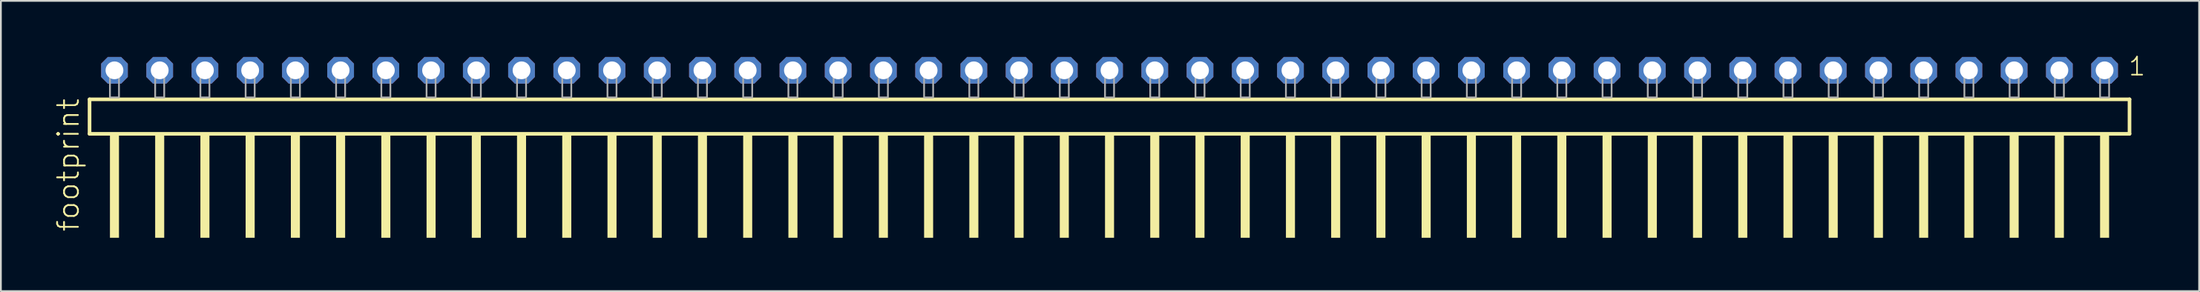
<source format=kicad_pcb>
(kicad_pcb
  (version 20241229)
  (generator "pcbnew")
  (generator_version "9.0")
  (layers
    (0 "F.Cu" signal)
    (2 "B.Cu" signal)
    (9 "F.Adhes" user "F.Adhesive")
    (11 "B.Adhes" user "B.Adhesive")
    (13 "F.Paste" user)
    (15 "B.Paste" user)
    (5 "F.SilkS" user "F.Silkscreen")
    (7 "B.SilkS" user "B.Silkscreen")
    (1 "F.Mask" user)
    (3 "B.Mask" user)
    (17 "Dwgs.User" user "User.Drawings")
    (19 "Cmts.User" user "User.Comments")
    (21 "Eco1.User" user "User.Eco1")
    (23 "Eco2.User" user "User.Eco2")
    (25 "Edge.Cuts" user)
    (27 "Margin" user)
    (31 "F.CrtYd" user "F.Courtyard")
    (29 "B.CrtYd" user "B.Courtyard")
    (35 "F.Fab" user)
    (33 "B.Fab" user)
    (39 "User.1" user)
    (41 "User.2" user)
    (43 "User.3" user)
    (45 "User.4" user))
  (footprint "footprint"
    (layer "F.Cu")
    (at 59.258 2.428)
    (property "Reference" "footprint" (at -57.785 7.62 90) (layer "F.SilkS") (effects (font (size 1.168 1.168) (thickness 0.102)) (justify left bottom)))
    (fp_line (start -57.279 0.106) (end -57.279 2.046) (stroke (width 0.203) (type solid)) (layer "F.SilkS"))
    (fp_line (start -57.279 2.046) (end 57.279 2.046) (stroke (width 0.203) (type solid)) (layer "F.SilkS"))
    (fp_line (start 57.279 0.106) (end -57.279 0.106) (stroke (width 0.203) (type solid)) (layer "F.SilkS"))
    (fp_line (start 57.279 2.046) (end 57.279 0.106) (stroke (width 0.203) (type solid)) (layer "F.SilkS"))
    (fp_poly (pts (xy -56.134 7.89) (xy -55.626 7.89) (xy -55.626 2.04) (xy -56.134 2.04)) (stroke (width 0) (type solid)) (fill yes) (layer "F.SilkS"))
    (fp_poly (pts (xy -53.594 7.89) (xy -53.086 7.89) (xy -53.086 2.04) (xy -53.594 2.04)) (stroke (width 0) (type solid)) (fill yes) (layer "F.SilkS"))
    (fp_poly (pts (xy -51.054 7.89) (xy -50.546 7.89) (xy -50.546 2.04) (xy -51.054 2.04)) (stroke (width 0) (type solid)) (fill yes) (layer "F.SilkS"))
    (fp_poly (pts (xy -48.514 7.89) (xy -48.006 7.89) (xy -48.006 2.04) (xy -48.514 2.04)) (stroke (width 0) (type solid)) (fill yes) (layer "F.SilkS"))
    (fp_poly (pts (xy -45.974 7.89) (xy -45.466 7.89) (xy -45.466 2.04) (xy -45.974 2.04)) (stroke (width 0) (type solid)) (fill yes) (layer "F.SilkS"))
    (fp_poly (pts (xy -43.434 7.89) (xy -42.926 7.89) (xy -42.926 2.04) (xy -43.434 2.04)) (stroke (width 0) (type solid)) (fill yes) (layer "F.SilkS"))
    (fp_poly (pts (xy -40.894 7.89) (xy -40.386 7.89) (xy -40.386 2.04) (xy -40.894 2.04)) (stroke (width 0) (type solid)) (fill yes) (layer "F.SilkS"))
    (fp_poly (pts (xy -38.354 7.89) (xy -37.846 7.89) (xy -37.846 2.04) (xy -38.354 2.04)) (stroke (width 0) (type solid)) (fill yes) (layer "F.SilkS"))
    (fp_poly (pts (xy -35.814 7.89) (xy -35.306 7.89) (xy -35.306 2.04) (xy -35.814 2.04)) (stroke (width 0) (type solid)) (fill yes) (layer "F.SilkS"))
    (fp_poly (pts (xy -33.274 7.89) (xy -32.766 7.89) (xy -32.766 2.04) (xy -33.274 2.04)) (stroke (width 0) (type solid)) (fill yes) (layer "F.SilkS"))
    (fp_poly (pts (xy -30.734 7.89) (xy -30.226 7.89) (xy -30.226 2.04) (xy -30.734 2.04)) (stroke (width 0) (type solid)) (fill yes) (layer "F.SilkS"))
    (fp_poly (pts (xy -28.194 7.89) (xy -27.686 7.89) (xy -27.686 2.04) (xy -28.194 2.04)) (stroke (width 0) (type solid)) (fill yes) (layer "F.SilkS"))
    (fp_poly (pts (xy -25.654 7.89) (xy -25.146 7.89) (xy -25.146 2.04) (xy -25.654 2.04)) (stroke (width 0) (type solid)) (fill yes) (layer "F.SilkS"))
    (fp_poly (pts (xy -23.114 7.89) (xy -22.606 7.89) (xy -22.606 2.04) (xy -23.114 2.04)) (stroke (width 0) (type solid)) (fill yes) (layer "F.SilkS"))
    (fp_poly (pts (xy -20.574 7.89) (xy -20.066 7.89) (xy -20.066 2.04) (xy -20.574 2.04)) (stroke (width 0) (type solid)) (fill yes) (layer "F.SilkS"))
    (fp_poly (pts (xy -18.034 7.89) (xy -17.526 7.89) (xy -17.526 2.04) (xy -18.034 2.04)) (stroke (width 0) (type solid)) (fill yes) (layer "F.SilkS"))
    (fp_poly (pts (xy -15.494 7.89) (xy -14.986 7.89) (xy -14.986 2.04) (xy -15.494 2.04)) (stroke (width 0) (type solid)) (fill yes) (layer "F.SilkS"))
    (fp_poly (pts (xy -12.954 7.89) (xy -12.446 7.89) (xy -12.446 2.04) (xy -12.954 2.04)) (stroke (width 0) (type solid)) (fill yes) (layer "F.SilkS"))
    (fp_poly (pts (xy -10.414 7.89) (xy -9.906 7.89) (xy -9.906 2.04) (xy -10.414 2.04)) (stroke (width 0) (type solid)) (fill yes) (layer "F.SilkS"))
    (fp_poly (pts (xy -7.874 7.89) (xy -7.366 7.89) (xy -7.366 2.04) (xy -7.874 2.04)) (stroke (width 0) (type solid)) (fill yes) (layer "F.SilkS"))
    (fp_poly (pts (xy -5.334 7.89) (xy -4.826 7.89) (xy -4.826 2.04) (xy -5.334 2.04)) (stroke (width 0) (type solid)) (fill yes) (layer "F.SilkS"))
    (fp_poly (pts (xy -2.794 7.89) (xy -2.286 7.89) (xy -2.286 2.04) (xy -2.794 2.04)) (stroke (width 0) (type solid)) (fill yes) (layer "F.SilkS"))
    (fp_poly (pts (xy -0.254 7.89) (xy 0.254 7.89) (xy 0.254 2.04) (xy -0.254 2.04)) (stroke (width 0) (type solid)) (fill yes) (layer "F.SilkS"))
    (fp_poly (pts (xy 2.286 7.89) (xy 2.794 7.89) (xy 2.794 2.04) (xy 2.286 2.04)) (stroke (width 0) (type solid)) (fill yes) (layer "F.SilkS"))
    (fp_poly (pts (xy 4.826 7.89) (xy 5.334 7.89) (xy 5.334 2.04) (xy 4.826 2.04)) (stroke (width 0) (type solid)) (fill yes) (layer "F.SilkS"))
    (fp_poly (pts (xy 7.366 7.89) (xy 7.874 7.89) (xy 7.874 2.04) (xy 7.366 2.04)) (stroke (width 0) (type solid)) (fill yes) (layer "F.SilkS"))
    (fp_poly (pts (xy 9.906 7.89) (xy 10.414 7.89) (xy 10.414 2.04) (xy 9.906 2.04)) (stroke (width 0) (type solid)) (fill yes) (layer "F.SilkS"))
    (fp_poly (pts (xy 12.446 7.89) (xy 12.954 7.89) (xy 12.954 2.04) (xy 12.446 2.04)) (stroke (width 0) (type solid)) (fill yes) (layer "F.SilkS"))
    (fp_poly (pts (xy 14.986 7.89) (xy 15.494 7.89) (xy 15.494 2.04) (xy 14.986 2.04)) (stroke (width 0) (type solid)) (fill yes) (layer "F.SilkS"))
    (fp_poly (pts (xy 17.526 7.89) (xy 18.034 7.89) (xy 18.034 2.04) (xy 17.526 2.04)) (stroke (width 0) (type solid)) (fill yes) (layer "F.SilkS"))
    (fp_poly (pts (xy 20.066 7.89) (xy 20.574 7.89) (xy 20.574 2.04) (xy 20.066 2.04)) (stroke (width 0) (type solid)) (fill yes) (layer "F.SilkS"))
    (fp_poly (pts (xy 22.606 7.89) (xy 23.114 7.89) (xy 23.114 2.04) (xy 22.606 2.04)) (stroke (width 0) (type solid)) (fill yes) (layer "F.SilkS"))
    (fp_poly (pts (xy 25.146 7.89) (xy 25.654 7.89) (xy 25.654 2.04) (xy 25.146 2.04)) (stroke (width 0) (type solid)) (fill yes) (layer "F.SilkS"))
    (fp_poly (pts (xy 27.686 7.89) (xy 28.194 7.89) (xy 28.194 2.04) (xy 27.686 2.04)) (stroke (width 0) (type solid)) (fill yes) (layer "F.SilkS"))
    (fp_poly (pts (xy 30.226 7.89) (xy 30.734 7.89) (xy 30.734 2.04) (xy 30.226 2.04)) (stroke (width 0) (type solid)) (fill yes) (layer "F.SilkS"))
    (fp_poly (pts (xy 32.766 7.89) (xy 33.274 7.89) (xy 33.274 2.04) (xy 32.766 2.04)) (stroke (width 0) (type solid)) (fill yes) (layer "F.SilkS"))
    (fp_poly (pts (xy 35.306 7.89) (xy 35.814 7.89) (xy 35.814 2.04) (xy 35.306 2.04)) (stroke (width 0) (type solid)) (fill yes) (layer "F.SilkS"))
    (fp_poly (pts (xy 37.846 7.89) (xy 38.354 7.89) (xy 38.354 2.04) (xy 37.846 2.04)) (stroke (width 0) (type solid)) (fill yes) (layer "F.SilkS"))
    (fp_poly (pts (xy 40.386 7.89) (xy 40.894 7.89) (xy 40.894 2.04) (xy 40.386 2.04)) (stroke (width 0) (type solid)) (fill yes) (layer "F.SilkS"))
    (fp_poly (pts (xy 42.926 7.89) (xy 43.434 7.89) (xy 43.434 2.04) (xy 42.926 2.04)) (stroke (width 0) (type solid)) (fill yes) (layer "F.SilkS"))
    (fp_poly (pts (xy 45.466 7.89) (xy 45.974 7.89) (xy 45.974 2.04) (xy 45.466 2.04)) (stroke (width 0) (type solid)) (fill yes) (layer "F.SilkS"))
    (fp_poly (pts (xy 48.006 7.89) (xy 48.514 7.89) (xy 48.514 2.04) (xy 48.006 2.04)) (stroke (width 0) (type solid)) (fill yes) (layer "F.SilkS"))
    (fp_poly (pts (xy 50.546 7.89) (xy 51.054 7.89) (xy 51.054 2.04) (xy 50.546 2.04)) (stroke (width 0) (type solid)) (fill yes) (layer "F.SilkS"))
    (fp_poly (pts (xy 53.086 7.89) (xy 53.594 7.89) (xy 53.594 2.04) (xy 53.086 2.04)) (stroke (width 0) (type solid)) (fill yes) (layer "F.SilkS"))
    (fp_poly (pts (xy 55.626 7.89) (xy 56.134 7.89) (xy 56.134 2.04) (xy 55.626 2.04)) (stroke (width 0) (type solid)) (fill yes) (layer "F.SilkS"))
    (fp_poly (pts (xy -56.134 0) (xy -55.626 0) (xy -55.626 -1.778) (xy -56.134 -1.778)) (stroke (width 0.1) (type solid)) (fill no) (layer "F.Fab"))
    (fp_poly (pts (xy -53.594 0) (xy -53.086 0) (xy -53.086 -1.778) (xy -53.594 -1.778)) (stroke (width 0.1) (type solid)) (fill no) (layer "F.Fab"))
    (fp_poly (pts (xy -51.054 0) (xy -50.546 0) (xy -50.546 -1.778) (xy -51.054 -1.778)) (stroke (width 0.1) (type solid)) (fill no) (layer "F.Fab"))
    (fp_poly (pts (xy -48.514 0) (xy -48.006 0) (xy -48.006 -1.778) (xy -48.514 -1.778)) (stroke (width 0.1) (type solid)) (fill no) (layer "F.Fab"))
    (fp_poly (pts (xy -45.974 0) (xy -45.466 0) (xy -45.466 -1.778) (xy -45.974 -1.778)) (stroke (width 0.1) (type solid)) (fill no) (layer "F.Fab"))
    (fp_poly (pts (xy -43.434 0) (xy -42.926 0) (xy -42.926 -1.778) (xy -43.434 -1.778)) (stroke (width 0.1) (type solid)) (fill no) (layer "F.Fab"))
    (fp_poly (pts (xy -40.894 0) (xy -40.386 0) (xy -40.386 -1.778) (xy -40.894 -1.778)) (stroke (width 0.1) (type solid)) (fill no) (layer "F.Fab"))
    (fp_poly (pts (xy -38.354 0) (xy -37.846 0) (xy -37.846 -1.778) (xy -38.354 -1.778)) (stroke (width 0.1) (type solid)) (fill no) (layer "F.Fab"))
    (fp_poly (pts (xy -35.814 0) (xy -35.306 0) (xy -35.306 -1.778) (xy -35.814 -1.778)) (stroke (width 0.1) (type solid)) (fill no) (layer "F.Fab"))
    (fp_poly (pts (xy -33.274 0) (xy -32.766 0) (xy -32.766 -1.778) (xy -33.274 -1.778)) (stroke (width 0.1) (type solid)) (fill no) (layer "F.Fab"))
    (fp_poly (pts (xy -30.734 0) (xy -30.226 0) (xy -30.226 -1.778) (xy -30.734 -1.778)) (stroke (width 0.1) (type solid)) (fill no) (layer "F.Fab"))
    (fp_poly (pts (xy -28.194 0) (xy -27.686 0) (xy -27.686 -1.778) (xy -28.194 -1.778)) (stroke (width 0.1) (type solid)) (fill no) (layer "F.Fab"))
    (fp_poly (pts (xy -25.654 0) (xy -25.146 0) (xy -25.146 -1.778) (xy -25.654 -1.778)) (stroke (width 0.1) (type solid)) (fill no) (layer "F.Fab"))
    (fp_poly (pts (xy -23.114 0) (xy -22.606 0) (xy -22.606 -1.778) (xy -23.114 -1.778)) (stroke (width 0.1) (type solid)) (fill no) (layer "F.Fab"))
    (fp_poly (pts (xy -20.574 0) (xy -20.066 0) (xy -20.066 -1.778) (xy -20.574 -1.778)) (stroke (width 0.1) (type solid)) (fill no) (layer "F.Fab"))
    (fp_poly (pts (xy -18.034 0) (xy -17.526 0) (xy -17.526 -1.778) (xy -18.034 -1.778)) (stroke (width 0.1) (type solid)) (fill no) (layer "F.Fab"))
    (fp_poly (pts (xy -15.494 0) (xy -14.986 0) (xy -14.986 -1.778) (xy -15.494 -1.778)) (stroke (width 0.1) (type solid)) (fill no) (layer "F.Fab"))
    (fp_poly (pts (xy -12.954 0) (xy -12.446 0) (xy -12.446 -1.778) (xy -12.954 -1.778)) (stroke (width 0.1) (type solid)) (fill no) (layer "F.Fab"))
    (fp_poly (pts (xy -10.414 0) (xy -9.906 0) (xy -9.906 -1.778) (xy -10.414 -1.778)) (stroke (width 0.1) (type solid)) (fill no) (layer "F.Fab"))
    (fp_poly (pts (xy -7.874 0) (xy -7.366 0) (xy -7.366 -1.778) (xy -7.874 -1.778)) (stroke (width 0.1) (type solid)) (fill no) (layer "F.Fab"))
    (fp_poly (pts (xy -5.334 0) (xy -4.826 0) (xy -4.826 -1.778) (xy -5.334 -1.778)) (stroke (width 0.1) (type solid)) (fill no) (layer "F.Fab"))
    (fp_poly (pts (xy -2.794 0) (xy -2.286 0) (xy -2.286 -1.778) (xy -2.794 -1.778)) (stroke (width 0.1) (type solid)) (fill no) (layer "F.Fab"))
    (fp_poly (pts (xy -0.254 0) (xy 0.254 0) (xy 0.254 -1.778) (xy -0.254 -1.778)) (stroke (width 0.1) (type solid)) (fill no) (layer "F.Fab"))
    (fp_poly (pts (xy 2.286 0) (xy 2.794 0) (xy 2.794 -1.778) (xy 2.286 -1.778)) (stroke (width 0.1) (type solid)) (fill no) (layer "F.Fab"))
    (fp_poly (pts (xy 4.826 0) (xy 5.334 0) (xy 5.334 -1.778) (xy 4.826 -1.778)) (stroke (width 0.1) (type solid)) (fill no) (layer "F.Fab"))
    (fp_poly (pts (xy 7.366 0) (xy 7.874 0) (xy 7.874 -1.778) (xy 7.366 -1.778)) (stroke (width 0.1) (type solid)) (fill no) (layer "F.Fab"))
    (fp_poly (pts (xy 9.906 0) (xy 10.414 0) (xy 10.414 -1.778) (xy 9.906 -1.778)) (stroke (width 0.1) (type solid)) (fill no) (layer "F.Fab"))
    (fp_poly (pts (xy 12.446 0) (xy 12.954 0) (xy 12.954 -1.778) (xy 12.446 -1.778)) (stroke (width 0.1) (type solid)) (fill no) (layer "F.Fab"))
    (fp_poly (pts (xy 14.986 0) (xy 15.494 0) (xy 15.494 -1.778) (xy 14.986 -1.778)) (stroke (width 0.1) (type solid)) (fill no) (layer "F.Fab"))
    (fp_poly (pts (xy 17.526 0) (xy 18.034 0) (xy 18.034 -1.778) (xy 17.526 -1.778)) (stroke (width 0.1) (type solid)) (fill no) (layer "F.Fab"))
    (fp_poly (pts (xy 20.066 0) (xy 20.574 0) (xy 20.574 -1.778) (xy 20.066 -1.778)) (stroke (width 0.1) (type solid)) (fill no) (layer "F.Fab"))
    (fp_poly (pts (xy 22.606 0) (xy 23.114 0) (xy 23.114 -1.778) (xy 22.606 -1.778)) (stroke (width 0.1) (type solid)) (fill no) (layer "F.Fab"))
    (fp_poly (pts (xy 25.146 0) (xy 25.654 0) (xy 25.654 -1.778) (xy 25.146 -1.778)) (stroke (width 0.1) (type solid)) (fill no) (layer "F.Fab"))
    (fp_poly (pts (xy 27.686 0) (xy 28.194 0) (xy 28.194 -1.778) (xy 27.686 -1.778)) (stroke (width 0.1) (type solid)) (fill no) (layer "F.Fab"))
    (fp_poly (pts (xy 30.226 0) (xy 30.734 0) (xy 30.734 -1.778) (xy 30.226 -1.778)) (stroke (width 0.1) (type solid)) (fill no) (layer "F.Fab"))
    (fp_poly (pts (xy 32.766 0) (xy 33.274 0) (xy 33.274 -1.778) (xy 32.766 -1.778)) (stroke (width 0.1) (type solid)) (fill no) (layer "F.Fab"))
    (fp_poly (pts (xy 35.306 0) (xy 35.814 0) (xy 35.814 -1.778) (xy 35.306 -1.778)) (stroke (width 0.1) (type solid)) (fill no) (layer "F.Fab"))
    (fp_poly (pts (xy 37.846 0) (xy 38.354 0) (xy 38.354 -1.778) (xy 37.846 -1.778)) (stroke (width 0.1) (type solid)) (fill no) (layer "F.Fab"))
    (fp_poly (pts (xy 40.386 0) (xy 40.894 0) (xy 40.894 -1.778) (xy 40.386 -1.778)) (stroke (width 0.1) (type solid)) (fill no) (layer "F.Fab"))
    (fp_poly (pts (xy 42.926 0) (xy 43.434 0) (xy 43.434 -1.778) (xy 42.926 -1.778)) (stroke (width 0.1) (type solid)) (fill no) (layer "F.Fab"))
    (fp_poly (pts (xy 45.466 0) (xy 45.974 0) (xy 45.974 -1.778) (xy 45.466 -1.778)) (stroke (width 0.1) (type solid)) (fill no) (layer "F.Fab"))
    (fp_poly (pts (xy 48.006 0) (xy 48.514 0) (xy 48.514 -1.778) (xy 48.006 -1.778)) (stroke (width 0.1) (type solid)) (fill no) (layer "F.Fab"))
    (fp_poly (pts (xy 50.546 0) (xy 51.054 0) (xy 51.054 -1.778) (xy 50.546 -1.778)) (stroke (width 0.1) (type solid)) (fill no) (layer "F.Fab"))
    (fp_poly (pts (xy 53.086 0) (xy 53.594 0) (xy 53.594 -1.778) (xy 53.086 -1.778)) (stroke (width 0.1) (type solid)) (fill no) (layer "F.Fab"))
    (fp_poly (pts (xy 55.626 0) (xy 56.134 0) (xy 56.134 -1.778) (xy 55.626 -1.778)) (stroke (width 0.1) (type solid)) (fill no) (layer "F.Fab"))
    (fp_text user "1" (at 57.162 -1.152 0) (layer "F.SilkS") (effects (font (size 1.012 1.012) (thickness 0.088)) (justify left bottom)))
    (pad "1" thru_hole roundrect (at 55.88 -1.524 180) (size 1.5 1.5) (drill 1) (layers "*.Cu" "*.Mask") (roundrect_rratio 0.25) (chamfer_ratio 0.25) (chamfer top_left top_right bottom_left bottom_right))
    (pad "2" thru_hole roundrect (at 53.34 -1.524 180) (size 1.5 1.5) (drill 1) (layers "*.Cu" "*.Mask") (roundrect_rratio 0.25) (chamfer_ratio 0.25) (chamfer top_left top_right bottom_left bottom_right))
    (pad "3" thru_hole roundrect (at 50.8 -1.524 180) (size 1.5 1.5) (drill 1) (layers "*.Cu" "*.Mask") (roundrect_rratio 0.25) (chamfer_ratio 0.25) (chamfer top_left top_right bottom_left bottom_right))
    (pad "4" thru_hole roundrect (at 48.26 -1.524 180) (size 1.5 1.5) (drill 1) (layers "*.Cu" "*.Mask") (roundrect_rratio 0.25) (chamfer_ratio 0.25) (chamfer top_left top_right bottom_left bottom_right))
    (pad "5" thru_hole roundrect (at 45.72 -1.524 180) (size 1.5 1.5) (drill 1) (layers "*.Cu" "*.Mask") (roundrect_rratio 0.25) (chamfer_ratio 0.25) (chamfer top_left top_right bottom_left bottom_right))
    (pad "6" thru_hole roundrect (at 43.18 -1.524 180) (size 1.5 1.5) (drill 1) (layers "*.Cu" "*.Mask") (roundrect_rratio 0.25) (chamfer_ratio 0.25) (chamfer top_left top_right bottom_left bottom_right))
    (pad "7" thru_hole roundrect (at 40.64 -1.524 180) (size 1.5 1.5) (drill 1) (layers "*.Cu" "*.Mask") (roundrect_rratio 0.25) (chamfer_ratio 0.25) (chamfer top_left top_right bottom_left bottom_right))
    (pad "8" thru_hole roundrect (at 38.1 -1.524 180) (size 1.5 1.5) (drill 1) (layers "*.Cu" "*.Mask") (roundrect_rratio 0.25) (chamfer_ratio 0.25) (chamfer top_left top_right bottom_left bottom_right))
    (pad "9" thru_hole roundrect (at 35.56 -1.524 180) (size 1.5 1.5) (drill 1) (layers "*.Cu" "*.Mask") (roundrect_rratio 0.25) (chamfer_ratio 0.25) (chamfer top_left top_right bottom_left bottom_right))
    (pad "10" thru_hole roundrect (at 33.02 -1.524 180) (size 1.5 1.5) (drill 1) (layers "*.Cu" "*.Mask") (roundrect_rratio 0.25) (chamfer_ratio 0.25) (chamfer top_left top_right bottom_left bottom_right))
    (pad "11" thru_hole roundrect (at 30.48 -1.524 180) (size 1.5 1.5) (drill 1) (layers "*.Cu" "*.Mask") (roundrect_rratio 0.25) (chamfer_ratio 0.25) (chamfer top_left top_right bottom_left bottom_right))
    (pad "12" thru_hole roundrect (at 27.94 -1.524 180) (size 1.5 1.5) (drill 1) (layers "*.Cu" "*.Mask") (roundrect_rratio 0.25) (chamfer_ratio 0.25) (chamfer top_left top_right bottom_left bottom_right))
    (pad "13" thru_hole roundrect (at 25.4 -1.524 180) (size 1.5 1.5) (drill 1) (layers "*.Cu" "*.Mask") (roundrect_rratio 0.25) (chamfer_ratio 0.25) (chamfer top_left top_right bottom_left bottom_right))
    (pad "14" thru_hole roundrect (at 22.86 -1.524 180) (size 1.5 1.5) (drill 1) (layers "*.Cu" "*.Mask") (roundrect_rratio 0.25) (chamfer_ratio 0.25) (chamfer top_left top_right bottom_left bottom_right))
    (pad "15" thru_hole roundrect (at 20.32 -1.524 180) (size 1.5 1.5) (drill 1) (layers "*.Cu" "*.Mask") (roundrect_rratio 0.25) (chamfer_ratio 0.25) (chamfer top_left top_right bottom_left bottom_right))
    (pad "16" thru_hole roundrect (at 17.78 -1.524 180) (size 1.5 1.5) (drill 1) (layers "*.Cu" "*.Mask") (roundrect_rratio 0.25) (chamfer_ratio 0.25) (chamfer top_left top_right bottom_left bottom_right))
    (pad "17" thru_hole roundrect (at 15.24 -1.524 180) (size 1.5 1.5) (drill 1) (layers "*.Cu" "*.Mask") (roundrect_rratio 0.25) (chamfer_ratio 0.25) (chamfer top_left top_right bottom_left bottom_right))
    (pad "18" thru_hole roundrect (at 12.7 -1.524 180) (size 1.5 1.5) (drill 1) (layers "*.Cu" "*.Mask") (roundrect_rratio 0.25) (chamfer_ratio 0.25) (chamfer top_left top_right bottom_left bottom_right))
    (pad "19" thru_hole roundrect (at 10.16 -1.524 180) (size 1.5 1.5) (drill 1) (layers "*.Cu" "*.Mask") (roundrect_rratio 0.25) (chamfer_ratio 0.25) (chamfer top_left top_right bottom_left bottom_right))
    (pad "20" thru_hole roundrect (at 7.62 -1.524 180) (size 1.5 1.5) (drill 1) (layers "*.Cu" "*.Mask") (roundrect_rratio 0.25) (chamfer_ratio 0.25) (chamfer top_left top_right bottom_left bottom_right))
    (pad "21" thru_hole roundrect (at 5.08 -1.524 180) (size 1.5 1.5) (drill 1) (layers "*.Cu" "*.Mask") (roundrect_rratio 0.25) (chamfer_ratio 0.25) (chamfer top_left top_right bottom_left bottom_right))
    (pad "22" thru_hole roundrect (at 2.54 -1.524 180) (size 1.5 1.5) (drill 1) (layers "*.Cu" "*.Mask") (roundrect_rratio 0.25) (chamfer_ratio 0.25) (chamfer top_left top_right bottom_left bottom_right))
    (pad "23" thru_hole roundrect (at 0 -1.524 180) (size 1.5 1.5) (drill 1) (layers "*.Cu" "*.Mask") (roundrect_rratio 0.25) (chamfer_ratio 0.25) (chamfer top_left top_right bottom_left bottom_right))
    (pad "24" thru_hole roundrect (at -2.54 -1.524 180) (size 1.5 1.5) (drill 1) (layers "*.Cu" "*.Mask") (roundrect_rratio 0.25) (chamfer_ratio 0.25) (chamfer top_left top_right bottom_left bottom_right))
    (pad "25" thru_hole roundrect (at -5.08 -1.524 180) (size 1.5 1.5) (drill 1) (layers "*.Cu" "*.Mask") (roundrect_rratio 0.25) (chamfer_ratio 0.25) (chamfer top_left top_right bottom_left bottom_right))
    (pad "26" thru_hole roundrect (at -7.62 -1.524 180) (size 1.5 1.5) (drill 1) (layers "*.Cu" "*.Mask") (roundrect_rratio 0.25) (chamfer_ratio 0.25) (chamfer top_left top_right bottom_left bottom_right))
    (pad "27" thru_hole roundrect (at -10.16 -1.524 180) (size 1.5 1.5) (drill 1) (layers "*.Cu" "*.Mask") (roundrect_rratio 0.25) (chamfer_ratio 0.25) (chamfer top_left top_right bottom_left bottom_right))
    (pad "28" thru_hole roundrect (at -12.7 -1.524 180) (size 1.5 1.5) (drill 1) (layers "*.Cu" "*.Mask") (roundrect_rratio 0.25) (chamfer_ratio 0.25) (chamfer top_left top_right bottom_left bottom_right))
    (pad "29" thru_hole roundrect (at -15.24 -1.524 180) (size 1.5 1.5) (drill 1) (layers "*.Cu" "*.Mask") (roundrect_rratio 0.25) (chamfer_ratio 0.25) (chamfer top_left top_right bottom_left bottom_right))
    (pad "30" thru_hole roundrect (at -17.78 -1.524 180) (size 1.5 1.5) (drill 1) (layers "*.Cu" "*.Mask") (roundrect_rratio 0.25) (chamfer_ratio 0.25) (chamfer top_left top_right bottom_left bottom_right))
    (pad "31" thru_hole roundrect (at -20.32 -1.524 180) (size 1.5 1.5) (drill 1) (layers "*.Cu" "*.Mask") (roundrect_rratio 0.25) (chamfer_ratio 0.25) (chamfer top_left top_right bottom_left bottom_right))
    (pad "32" thru_hole roundrect (at -22.86 -1.524 180) (size 1.5 1.5) (drill 1) (layers "*.Cu" "*.Mask") (roundrect_rratio 0.25) (chamfer_ratio 0.25) (chamfer top_left top_right bottom_left bottom_right))
    (pad "33" thru_hole roundrect (at -25.4 -1.524 180) (size 1.5 1.5) (drill 1) (layers "*.Cu" "*.Mask") (roundrect_rratio 0.25) (chamfer_ratio 0.25) (chamfer top_left top_right bottom_left bottom_right))
    (pad "34" thru_hole roundrect (at -27.94 -1.524 180) (size 1.5 1.5) (drill 1) (layers "*.Cu" "*.Mask") (roundrect_rratio 0.25) (chamfer_ratio 0.25) (chamfer top_left top_right bottom_left bottom_right))
    (pad "35" thru_hole roundrect (at -30.48 -1.524 180) (size 1.5 1.5) (drill 1) (layers "*.Cu" "*.Mask") (roundrect_rratio 0.25) (chamfer_ratio 0.25) (chamfer top_left top_right bottom_left bottom_right))
    (pad "36" thru_hole roundrect (at -33.02 -1.524 180) (size 1.5 1.5) (drill 1) (layers "*.Cu" "*.Mask") (roundrect_rratio 0.25) (chamfer_ratio 0.25) (chamfer top_left top_right bottom_left bottom_right))
    (pad "37" thru_hole roundrect (at -35.56 -1.524 180) (size 1.5 1.5) (drill 1) (layers "*.Cu" "*.Mask") (roundrect_rratio 0.25) (chamfer_ratio 0.25) (chamfer top_left top_right bottom_left bottom_right))
    (pad "38" thru_hole roundrect (at -38.1 -1.524 180) (size 1.5 1.5) (drill 1) (layers "*.Cu" "*.Mask") (roundrect_rratio 0.25) (chamfer_ratio 0.25) (chamfer top_left top_right bottom_left bottom_right))
    (pad "39" thru_hole roundrect (at -40.64 -1.524 180) (size 1.5 1.5) (drill 1) (layers "*.Cu" "*.Mask") (roundrect_rratio 0.25) (chamfer_ratio 0.25) (chamfer top_left top_right bottom_left bottom_right))
    (pad "40" thru_hole roundrect (at -43.18 -1.524 180) (size 1.5 1.5) (drill 1) (layers "*.Cu" "*.Mask") (roundrect_rratio 0.25) (chamfer_ratio 0.25) (chamfer top_left top_right bottom_left bottom_right))
    (pad "41" thru_hole roundrect (at -45.72 -1.524 180) (size 1.5 1.5) (drill 1) (layers "*.Cu" "*.Mask") (roundrect_rratio 0.25) (chamfer_ratio 0.25) (chamfer top_left top_right bottom_left bottom_right))
    (pad "42" thru_hole roundrect (at -48.26 -1.524 180) (size 1.5 1.5) (drill 1) (layers "*.Cu" "*.Mask") (roundrect_rratio 0.25) (chamfer_ratio 0.25) (chamfer top_left top_right bottom_left bottom_right))
    (pad "43" thru_hole roundrect (at -50.8 -1.524 180) (size 1.5 1.5) (drill 1) (layers "*.Cu" "*.Mask") (roundrect_rratio 0.25) (chamfer_ratio 0.25) (chamfer top_left top_right bottom_left bottom_right))
    (pad "44" thru_hole roundrect (at -53.34 -1.524 180) (size 1.5 1.5) (drill 1) (layers "*.Cu" "*.Mask") (roundrect_rratio 0.25) (chamfer_ratio 0.25) (chamfer top_left top_right bottom_left bottom_right))
    (pad "45" thru_hole roundrect (at -55.88 -1.524 180) (size 1.5 1.5) (drill 1) (layers "*.Cu" "*.Mask") (roundrect_rratio 0.25) (chamfer_ratio 0.25) (chamfer top_left top_right bottom_left bottom_right)))
  (gr_rect
    (start -3 -3)
    (end 120.446 13.318)
    (stroke (width 0.1) (type default))
    (fill no)
    (layer "Edge.Cuts")))
</source>
